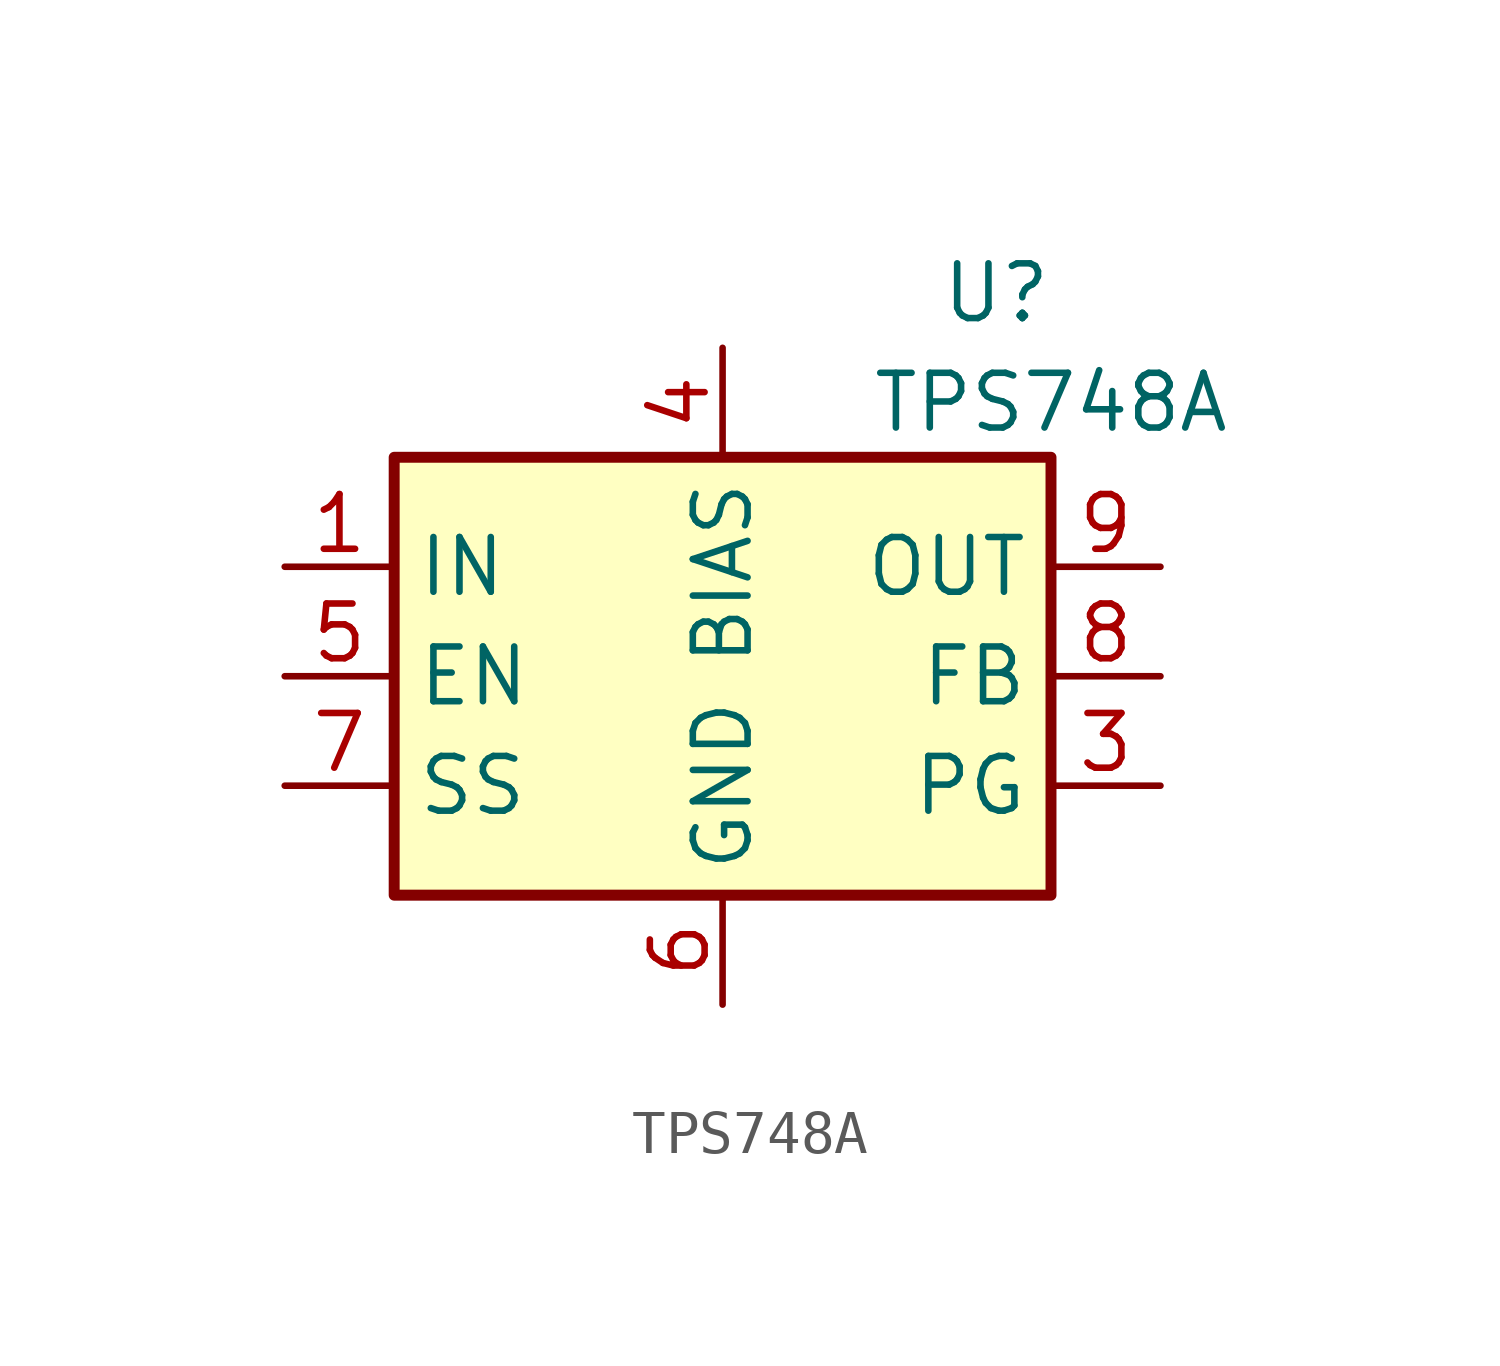
<source format=kicad_sym>
(kicad_symbol_lib
  (version 20231120)
  (generator "kicad_symbol_editor")
  (generator_version "8.0")
  (symbol "TPS748A"
    (property "Reference" "U"
      (at 6.35 8.89 0)
      (effects (font (size 1.27 1.27))))
    (property "Value" "TPS748A"
      (at 7.62 6.35 0)
      (effects (font (size 1.27 1.27))))
    (symbol "TPS748A_0_1"
      (rectangle (start -7.62 5.08) (end 7.62 -5.08) (stroke (width 0.254) (type default)) (fill (type background))))
    (symbol "TPS748A_1_1"
      (pin power_in line (at -10.16 2.54 0) (length 2.54) (name "IN" (effects (font (size 1.27 1.27)))) (number "1" (effects (font (size 1.27 1.27)))))
      (pin passive line (at 10.16 2.54 180) (length 2.54) hide (name "OUT" (effects (font (size 1.27 1.27)))) (number "10" (effects (font (size 1.27 1.27)))))
      (pin passive line (at 0 -7.62 90) (length 2.54) hide (name "GND" (effects (font (size 1.27 1.27)))) (number "11" (effects (font (size 1.27 1.27)))))
      (pin passive line (at -10.16 2.54 0) (length 2.54) hide (name "IN" (effects (font (size 1.27 1.27)))) (number "2" (effects (font (size 1.27 1.27)))))
      (pin open_collector line (at 10.16 -2.54 180) (length 2.54) (name "PG" (effects (font (size 1.27 1.27)))) (number "3" (effects (font (size 1.27 1.27)))))
      (pin power_in line (at 0 7.62 270) (length 2.54) (name "BIAS" (effects (font (size 1.27 1.27)))) (number "4" (effects (font (size 1.27 1.27)))))
      (pin input line (at -10.16 0 0) (length 2.54) (name "EN" (effects (font (size 1.27 1.27)))) (number "5" (effects (font (size 1.27 1.27)))))
      (pin power_in line (at 0 -7.62 90) (length 2.54) (name "GND" (effects (font (size 1.27 1.27)))) (number "6" (effects (font (size 1.27 1.27)))))
      (pin passive line (at -10.16 -2.54 0) (length 2.54) (name "SS" (effects (font (size 1.27 1.27)))) (number "7" (effects (font (size 1.27 1.27)))))
      (pin input line (at 10.16 0 180) (length 2.54) (name "FB" (effects (font (size 1.27 1.27)))) (number "8" (effects (font (size 1.27 1.27)))))
      (pin power_out line (at 10.16 2.54 180) (length 2.54) (name "OUT" (effects (font (size 1.27 1.27)))) (number "9" (effects (font (size 1.27 1.27))))))))
</source>
